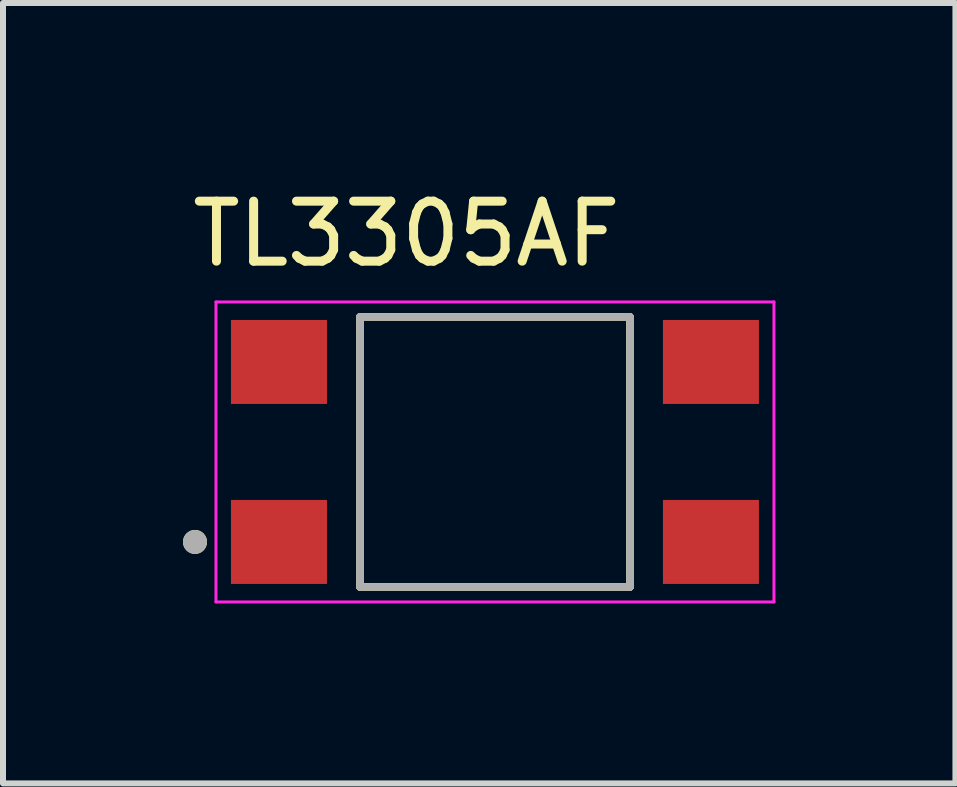
<source format=kicad_pcb>
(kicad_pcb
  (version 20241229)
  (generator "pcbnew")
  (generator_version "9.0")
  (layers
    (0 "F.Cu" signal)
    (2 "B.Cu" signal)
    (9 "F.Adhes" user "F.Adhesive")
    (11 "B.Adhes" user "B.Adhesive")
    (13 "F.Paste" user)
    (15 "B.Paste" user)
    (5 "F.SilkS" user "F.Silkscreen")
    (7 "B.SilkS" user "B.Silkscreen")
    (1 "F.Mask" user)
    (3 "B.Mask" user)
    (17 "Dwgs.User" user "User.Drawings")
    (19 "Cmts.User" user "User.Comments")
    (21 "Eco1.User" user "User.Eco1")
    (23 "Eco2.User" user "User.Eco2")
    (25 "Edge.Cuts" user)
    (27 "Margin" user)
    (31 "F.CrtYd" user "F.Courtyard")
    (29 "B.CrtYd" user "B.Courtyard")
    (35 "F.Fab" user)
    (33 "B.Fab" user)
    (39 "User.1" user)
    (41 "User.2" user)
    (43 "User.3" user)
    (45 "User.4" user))
  (footprint "TL3305AF"
    (layer "F.Cu")
    (at 5.2 4.483)
    (property "Reference" "TL3305AF" (at -1.475 -3.635 0) (layer "F.SilkS") (effects (font (size 1 1) (thickness 0.15))))
    (attr smd)
    (fp_line (start -2.25 -2.25) (end 2.25 -2.25) (stroke (width 0.127) (type solid)) (layer "F.SilkS"))
    (fp_line (start -2.25 2.25) (end -2.25 -2.25) (stroke (width 0.127) (type solid)) (layer "F.SilkS"))
    (fp_line (start 2.25 -2.25) (end 2.25 2.25) (stroke (width 0.127) (type solid)) (layer "F.SilkS"))
    (fp_line (start 2.25 2.25) (end -2.25 2.25) (stroke (width 0.127) (type solid)) (layer "F.SilkS"))
    (fp_circle (center -5 1.5) (end -4.9 1.5) (stroke (width 0.2) (type solid)) (fill no) (layer "F.SilkS"))
    (fp_line (start -4.65 -2.5) (end -4.65 2.5) (stroke (width 0.05) (type solid)) (layer "F.CrtYd"))
    (fp_line (start -4.65 2.5) (end 4.65 2.5) (stroke (width 0.05) (type solid)) (layer "F.CrtYd"))
    (fp_line (start 4.65 -2.5) (end -4.65 -2.5) (stroke (width 0.05) (type solid)) (layer "F.CrtYd"))
    (fp_line (start 4.65 2.5) (end 4.65 -2.5) (stroke (width 0.05) (type solid)) (layer "F.CrtYd"))
    (fp_line (start -2.25 -2.25) (end 2.25 -2.25) (stroke (width 0.127) (type solid)) (layer "F.Fab"))
    (fp_line (start -2.25 2.25) (end -2.25 -2.25) (stroke (width 0.127) (type solid)) (layer "F.Fab"))
    (fp_line (start 2.25 -2.25) (end 2.25 2.25) (stroke (width 0.127) (type solid)) (layer "F.Fab"))
    (fp_line (start 2.25 2.25) (end -2.25 2.25) (stroke (width 0.127) (type solid)) (layer "F.Fab"))
    (fp_circle (center -5 1.5) (end -4.9 1.5) (stroke (width 0.2) (type solid)) (fill no) (layer "F.Fab"))
    (pad "1" smd rect (at -3.6 1.5) (size 1.6 1.4) (layers "F.Cu" "F.Mask" "F.Paste"))
    (pad "2" smd rect (at 3.6 1.5) (size 1.6 1.4) (layers "F.Cu" "F.Mask" "F.Paste"))
    (pad "3" smd rect (at -3.6 -1.5) (size 1.6 1.4) (layers "F.Cu" "F.Mask" "F.Paste"))
    (pad "4" smd rect (at 3.6 -1.5) (size 1.6 1.4) (layers "F.Cu" "F.Mask" "F.Paste")))
  (gr_rect
    (start -3 -3)
    (end 12.875 10.008)
    (stroke (width 0.1) (type default))
    (fill no)
    (layer "Edge.Cuts")))
</source>
